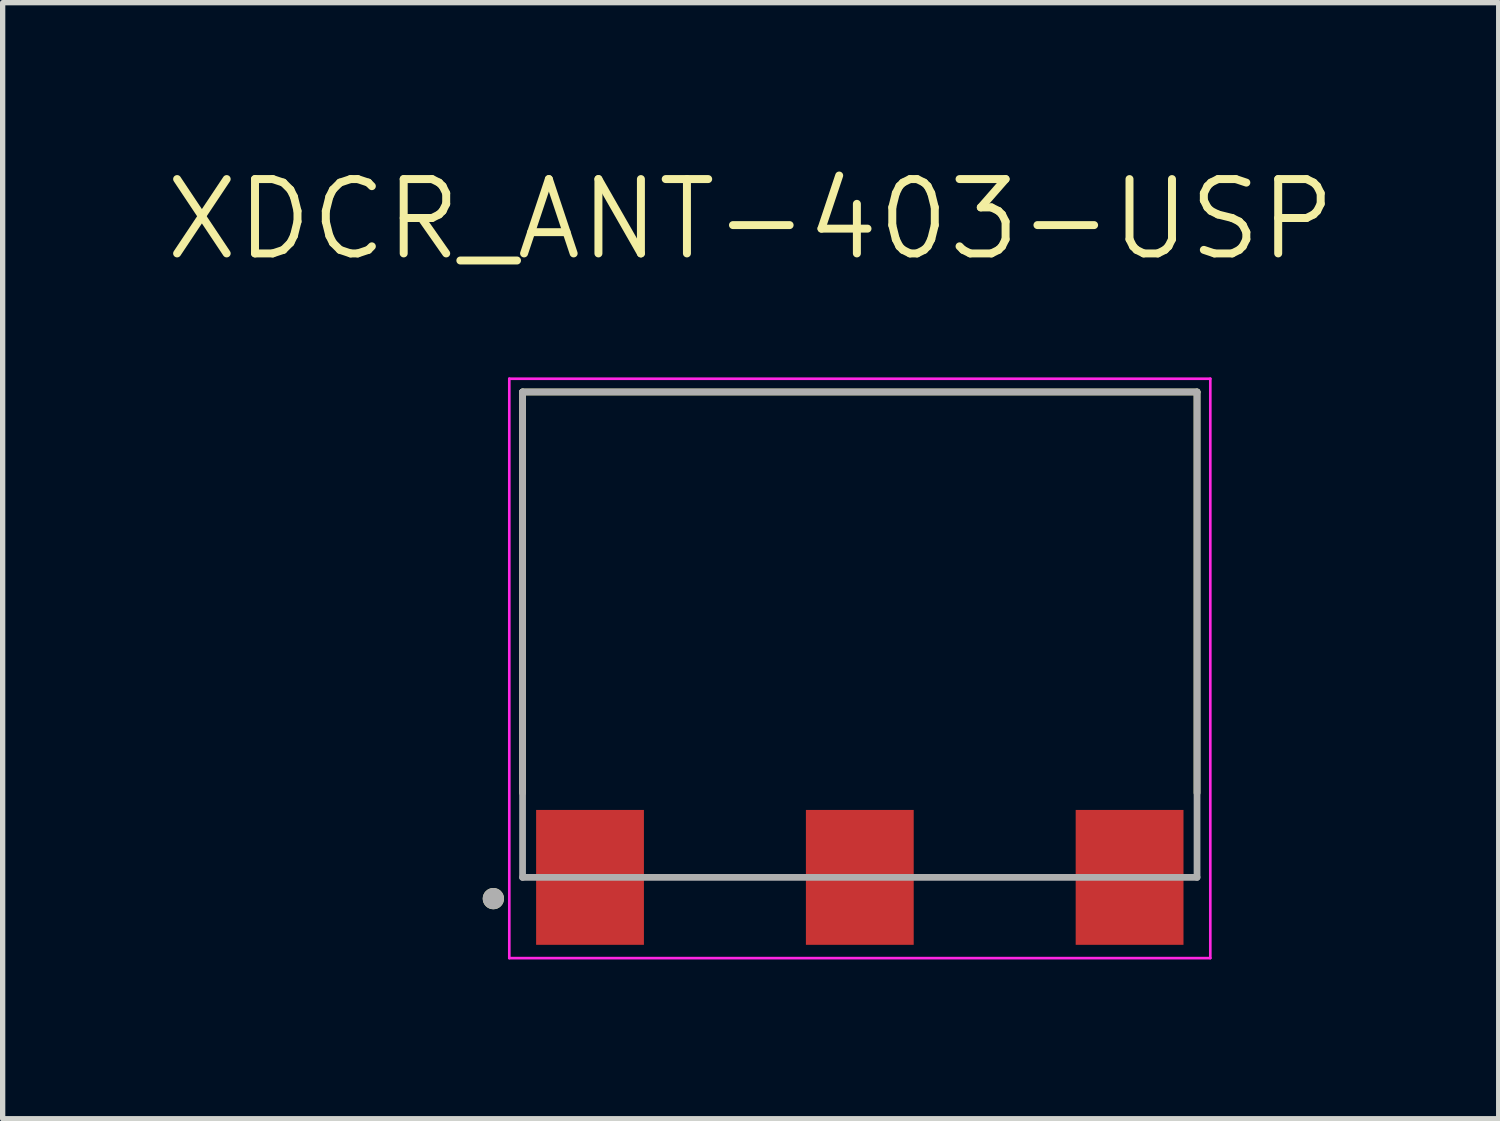
<source format=kicad_pcb>
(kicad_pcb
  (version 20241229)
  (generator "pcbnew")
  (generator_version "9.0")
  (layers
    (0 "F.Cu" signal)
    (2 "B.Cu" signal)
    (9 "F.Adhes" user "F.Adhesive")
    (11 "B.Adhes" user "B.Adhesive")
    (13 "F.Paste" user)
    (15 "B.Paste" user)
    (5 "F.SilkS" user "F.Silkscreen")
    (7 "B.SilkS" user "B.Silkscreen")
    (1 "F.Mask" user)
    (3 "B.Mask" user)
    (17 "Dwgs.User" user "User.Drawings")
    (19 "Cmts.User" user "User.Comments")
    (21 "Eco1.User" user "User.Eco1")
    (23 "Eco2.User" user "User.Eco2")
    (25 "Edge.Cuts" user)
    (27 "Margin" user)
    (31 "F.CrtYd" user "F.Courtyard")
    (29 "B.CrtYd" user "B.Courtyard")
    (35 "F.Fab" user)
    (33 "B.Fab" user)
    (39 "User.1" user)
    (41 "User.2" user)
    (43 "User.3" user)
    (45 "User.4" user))
  (footprint "XDCR_ANT-403-USP"
    (layer "F.Cu")
    (at 13.14 13.471)
    (property "Reference" "XDCR_ANT-403-USP" (at -2.055 -12.389 0) (layer "F.SilkS") (effects (font (size 1.4 1.4) (thickness 0.15))))
    (attr smd)
    (fp_line (start -6.35 -9.14) (end 6.35 -9.14) (stroke (width 0.127) (type solid)) (layer "F.SilkS"))
    (fp_line (start -6.35 -1.59) (end -6.35 -9.14) (stroke (width 0.127) (type solid)) (layer "F.SilkS"))
    (fp_line (start 6.35 -9.14) (end 6.35 -1.59) (stroke (width 0.127) (type solid)) (layer "F.SilkS"))
    (fp_circle (center -6.9 0.4) (end -6.8 0.4) (stroke (width 0.2) (type solid)) (fill no) (layer "F.SilkS"))
    (fp_line (start -6.6 -9.39) (end 6.6 -9.39) (stroke (width 0.05) (type solid)) (layer "F.CrtYd"))
    (fp_line (start -6.6 1.52) (end -6.6 -9.39) (stroke (width 0.05) (type solid)) (layer "F.CrtYd"))
    (fp_line (start 6.6 -9.39) (end 6.6 1.52) (stroke (width 0.05) (type solid)) (layer "F.CrtYd"))
    (fp_line (start 6.6 1.52) (end -6.6 1.52) (stroke (width 0.05) (type solid)) (layer "F.CrtYd"))
    (fp_line (start -6.35 -9.14) (end 6.35 -9.14) (stroke (width 0.127) (type solid)) (layer "F.Fab"))
    (fp_line (start -6.35 0) (end -6.35 -9.14) (stroke (width 0.127) (type solid)) (layer "F.Fab"))
    (fp_line (start 6.35 -9.14) (end 6.35 0) (stroke (width 0.127) (type solid)) (layer "F.Fab"))
    (fp_line (start 6.35 0) (end -6.35 0) (stroke (width 0.127) (type solid)) (layer "F.Fab"))
    (fp_circle (center -6.9 0.4) (end -6.8 0.4) (stroke (width 0.2) (type solid)) (fill no) (layer "F.Fab"))
    (pad "1" smd rect (at -5.08 0) (size 2.03 2.54) (layers "F.Cu" "F.Mask" "F.Paste"))
    (pad "2" smd rect (at 0 0) (size 2.03 2.54) (layers "F.Cu" "F.Mask" "F.Paste"))
    (pad "3" smd rect (at 5.08 0) (size 2.03 2.54) (layers "F.Cu" "F.Mask" "F.Paste"))
    (zone (net_name "") (layer "F.Cu") (hatch full 0.508) (connect_pads) (min_thickness 0.01) (filled_areas_thickness no) (keepout (tracks not_allowed) (vias not_allowed) (pads not_allowed) (copperpour not_allowed) (footprints allowed)) (placement (enabled no)) (fill) (polygon (pts (xy 6.79 13.471) (xy 6.79 4.331) (xy 19.49 4.331) (xy 19.49 13.471) (xy 19.24 13.471) (xy 19.24 12.196) (xy 17.2 12.196) (xy 17.2 13.471) (xy 14.16 13.471) (xy 14.16 12.196) (xy 12.12 12.196) (xy 12.12 13.471) (xy 9.08 13.471) (xy 9.08 12.196) (xy 7.04 12.196) (xy 7.04 13.471))))
    (zone (net_name "") (layers "F.Cu" "B.Cu") (hatch full 0.508) (connect_pads) (min_thickness 0.01) (filled_areas_thickness no) (keepout (tracks allowed) (vias not_allowed) (pads allowed) (copperpour allowed) (footprints allowed)) (placement (enabled no)) (fill) (polygon (pts (xy 6.79 13.471) (xy 6.79 4.331) (xy 19.49 4.331) (xy 19.49 13.471) (xy 19.24 13.471) (xy 19.24 12.196) (xy 17.2 12.196) (xy 17.2 13.471) (xy 14.16 13.471) (xy 14.16 12.196) (xy 12.12 12.196) (xy 12.12 13.471) (xy 9.08 13.471) (xy 9.08 12.196) (xy 7.04 12.196) (xy 7.04 13.471)))))
  (gr_rect
    (start -3 -3)
    (end 25.17 18.016)
    (stroke (width 0.1) (type default))
    (fill no)
    (layer "Edge.Cuts")))
</source>
